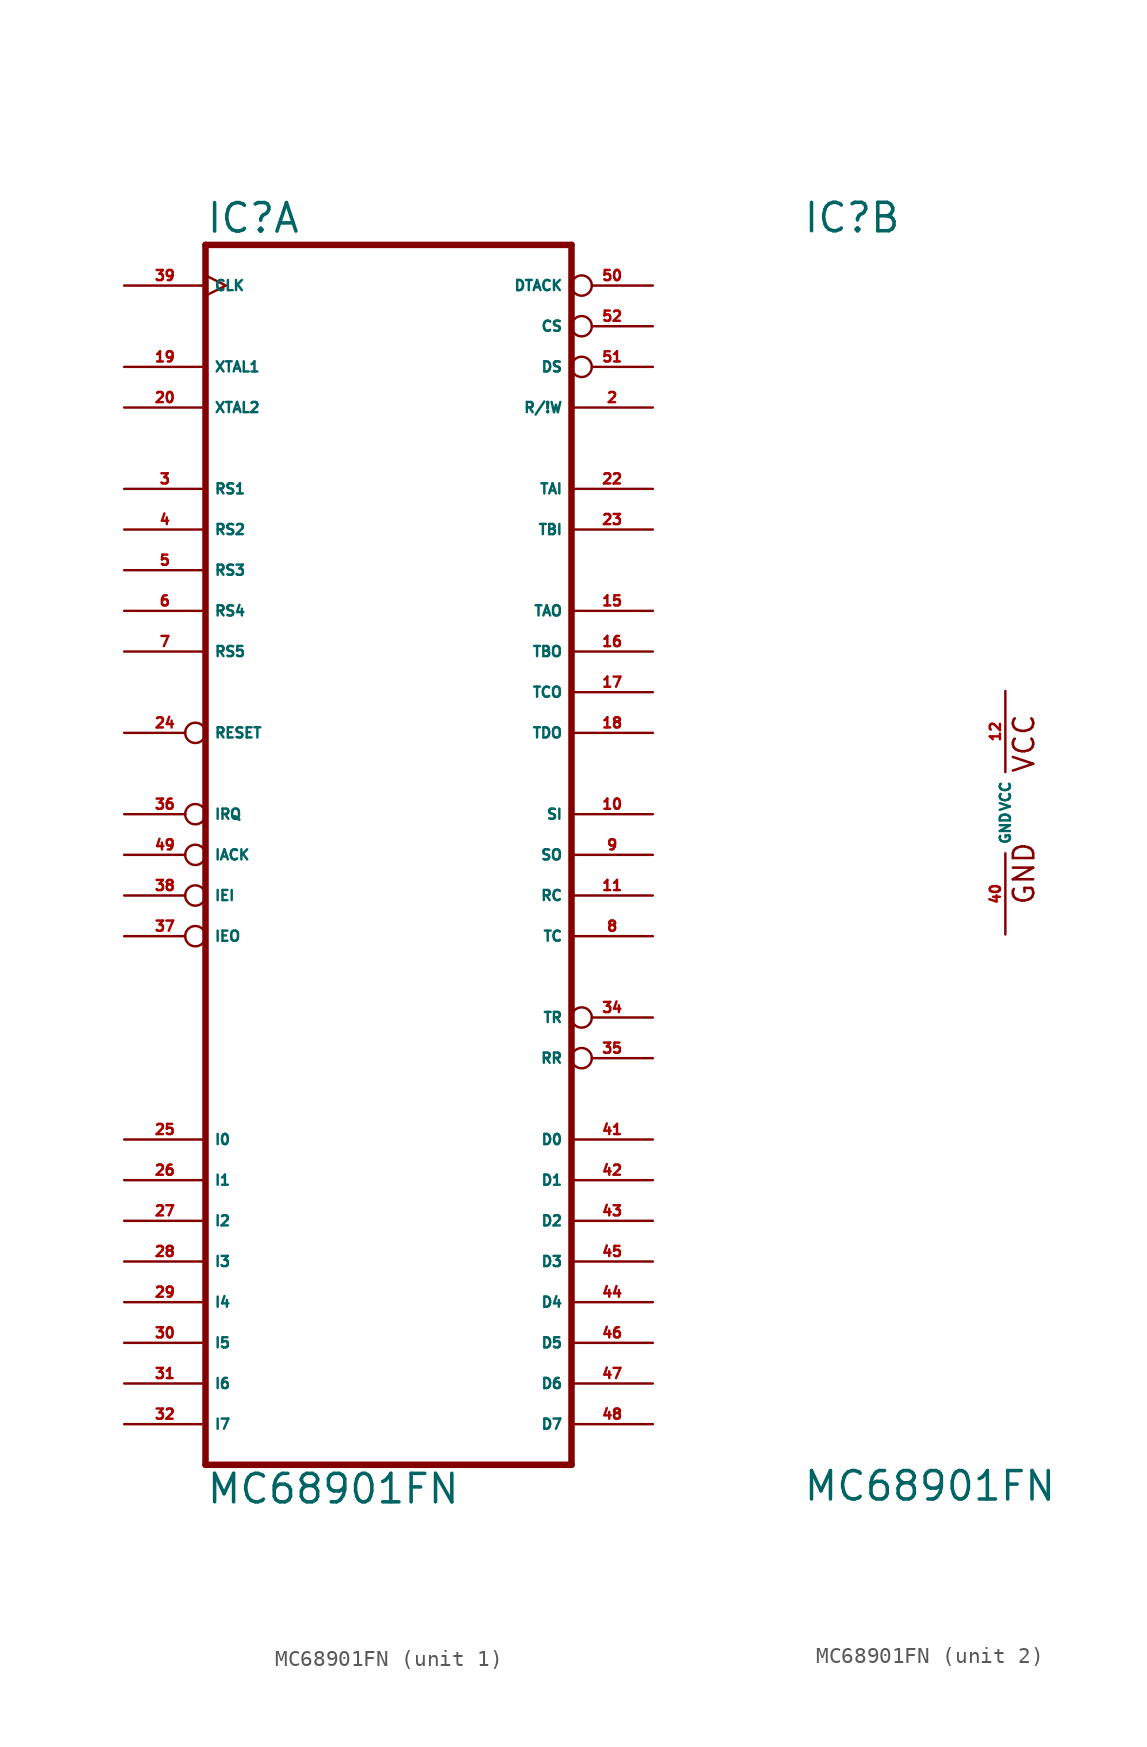
<source format=kicad_sym>
(kicad_symbol_lib
  (version 20220914)
  (generator Eagle2Kicad)
  (symbol "MC68901FN"
    (property "Reference" "IC"
      (at -12.7 36.195 0)
      (effects (font (size 1.778 1.778) (thickness 0.22)) (justify left bottom)))
    (property "Value" "MC68901FN"
      (at -12.7 -43.18 0)
      (effects (font (size 1.778 1.778) (thickness 0.22)) (justify left bottom)))
    (symbol "MC68901FN_1_0"
      (polyline (pts (xy -12.7 -40.64) (xy 10.16 -40.64)) (stroke (width 0.406) (type default)) (fill (type none)))
      (polyline (pts (xy 10.16 -40.64) (xy 10.16 35.56)) (stroke (width 0.406) (type default)) (fill (type none)))
      (polyline (pts (xy 10.16 35.56) (xy -12.7 35.56)) (stroke (width 0.406) (type default)) (fill (type none)))
      (polyline (pts (xy -12.7 -40.64) (xy -12.7 35.56)) (stroke (width 0.406) (type default)) (fill (type none)))
      (pin input inverted (at 15.24 27.94 180) (length 5.08) (name "DS" (effects (font (size 0.635 0.635) (thickness 0.08)) (justify left bottom))) (number "51" (effects (font (size 0.635 0.635) (thickness 0.08)) (justify left bottom))))
      (pin input inverted (at -17.78 -5.08 0) (length 5.08) (name "IEI" (effects (font (size 0.635 0.635) (thickness 0.08)) (justify left bottom))) (number "38" (effects (font (size 0.635 0.635) (thickness 0.08)) (justify left bottom))))
      (pin input line (at 15.24 -7.62 180) (length 5.08) (name "TC" (effects (font (size 0.635 0.635) (thickness 0.08)) (justify left bottom))) (number "8" (effects (font (size 0.635 0.635) (thickness 0.08)) (justify left bottom))))
      (pin input inverted (at -17.78 -2.54 0) (length 5.08) (name "IACK" (effects (font (size 0.635 0.635) (thickness 0.08)) (justify left bottom))) (number "49" (effects (font (size 0.635 0.635) (thickness 0.08)) (justify left bottom))))
      (pin input line (at 15.24 25.4 180) (length 5.08) (name "R/!W" (effects (font (size 0.635 0.635) (thickness 0.08)) (justify left bottom))) (number "2" (effects (font (size 0.635 0.635) (thickness 0.08)) (justify left bottom))))
      (pin input inverted (at 15.24 30.48 180) (length 5.08) (name "CS" (effects (font (size 0.635 0.635) (thickness 0.08)) (justify left bottom))) (number "52" (effects (font (size 0.635 0.635) (thickness 0.08)) (justify left bottom))))
      (pin input line (at 15.24 20.32 180) (length 5.08) (name "TAI" (effects (font (size 0.635 0.635) (thickness 0.08)) (justify left bottom))) (number "22" (effects (font (size 0.635 0.635) (thickness 0.08)) (justify left bottom))))
      (pin input line (at 15.24 17.78 180) (length 5.08) (name "TBI" (effects (font (size 0.635 0.635) (thickness 0.08)) (justify left bottom))) (number "23" (effects (font (size 0.635 0.635) (thickness 0.08)) (justify left bottom))))
      (pin input line (at 15.24 0 180) (length 5.08) (name "SI" (effects (font (size 0.635 0.635) (thickness 0.08)) (justify left bottom))) (number "10" (effects (font (size 0.635 0.635) (thickness 0.08)) (justify left bottom))))
      (pin input line (at 15.24 -5.08 180) (length 5.08) (name "RC" (effects (font (size 0.635 0.635) (thickness 0.08)) (justify left bottom))) (number "11" (effects (font (size 0.635 0.635) (thickness 0.08)) (justify left bottom))))
      (pin input clock (at -17.78 33.02 0) (length 5.08) (name "CLK" (effects (font (size 0.635 0.635) (thickness 0.08)) (justify left bottom))) (number "39" (effects (font (size 0.635 0.635) (thickness 0.08)) (justify left bottom))))
      (pin bidirectional line (at 15.24 -20.32 180) (length 5.08) (name "D0" (effects (font (size 0.635 0.635) (thickness 0.08)) (justify left bottom))) (number "41" (effects (font (size 0.635 0.635) (thickness 0.08)) (justify left bottom))))
      (pin bidirectional line (at 15.24 -22.86 180) (length 5.08) (name "D1" (effects (font (size 0.635 0.635) (thickness 0.08)) (justify left bottom))) (number "42" (effects (font (size 0.635 0.635) (thickness 0.08)) (justify left bottom))))
      (pin bidirectional line (at 15.24 -25.4 180) (length 5.08) (name "D2" (effects (font (size 0.635 0.635) (thickness 0.08)) (justify left bottom))) (number "43" (effects (font (size 0.635 0.635) (thickness 0.08)) (justify left bottom))))
      (pin bidirectional line (at 15.24 -27.94 180) (length 5.08) (name "D3" (effects (font (size 0.635 0.635) (thickness 0.08)) (justify left bottom))) (number "45" (effects (font (size 0.635 0.635) (thickness 0.08)) (justify left bottom))))
      (pin bidirectional line (at 15.24 -30.48 180) (length 5.08) (name "D4" (effects (font (size 0.635 0.635) (thickness 0.08)) (justify left bottom))) (number "44" (effects (font (size 0.635 0.635) (thickness 0.08)) (justify left bottom))))
      (pin bidirectional line (at 15.24 -33.02 180) (length 5.08) (name "D5" (effects (font (size 0.635 0.635) (thickness 0.08)) (justify left bottom))) (number "46" (effects (font (size 0.635 0.635) (thickness 0.08)) (justify left bottom))))
      (pin bidirectional line (at 15.24 -35.56 180) (length 5.08) (name "D6" (effects (font (size 0.635 0.635) (thickness 0.08)) (justify left bottom))) (number "47" (effects (font (size 0.635 0.635) (thickness 0.08)) (justify left bottom))))
      (pin bidirectional line (at 15.24 -38.1 180) (length 5.08) (name "D7" (effects (font (size 0.635 0.635) (thickness 0.08)) (justify left bottom))) (number "48" (effects (font (size 0.635 0.635) (thickness 0.08)) (justify left bottom))))
      (pin input inverted (at -17.78 5.08 0) (length 5.08) (name "RESET" (effects (font (size 0.635 0.635) (thickness 0.08)) (justify left bottom))) (number "24" (effects (font (size 0.635 0.635) (thickness 0.08)) (justify left bottom))))
      (pin output inverted (at 15.24 33.02 180) (length 5.08) (name "DTACK" (effects (font (size 0.635 0.635) (thickness 0.08)) (justify left bottom))) (number "50" (effects (font (size 0.635 0.635) (thickness 0.08)) (justify left bottom))))
      (pin input line (at -17.78 27.94 0) (length 5.08) (name "XTAL1" (effects (font (size 0.635 0.635) (thickness 0.08)) (justify left bottom))) (number "19" (effects (font (size 0.635 0.635) (thickness 0.08)) (justify left bottom))))
      (pin input line (at -17.78 25.4 0) (length 5.08) (name "XTAL2" (effects (font (size 0.635 0.635) (thickness 0.08)) (justify left bottom))) (number "20" (effects (font (size 0.635 0.635) (thickness 0.08)) (justify left bottom))))
      (pin input line (at -17.78 20.32 0) (length 5.08) (name "RS1" (effects (font (size 0.635 0.635) (thickness 0.08)) (justify left bottom))) (number "3" (effects (font (size 0.635 0.635) (thickness 0.08)) (justify left bottom))))
      (pin input line (at -17.78 17.78 0) (length 5.08) (name "RS2" (effects (font (size 0.635 0.635) (thickness 0.08)) (justify left bottom))) (number "4" (effects (font (size 0.635 0.635) (thickness 0.08)) (justify left bottom))))
      (pin input line (at -17.78 15.24 0) (length 5.08) (name "RS3" (effects (font (size 0.635 0.635) (thickness 0.08)) (justify left bottom))) (number "5" (effects (font (size 0.635 0.635) (thickness 0.08)) (justify left bottom))))
      (pin input line (at -17.78 12.7 0) (length 5.08) (name "RS4" (effects (font (size 0.635 0.635) (thickness 0.08)) (justify left bottom))) (number "6" (effects (font (size 0.635 0.635) (thickness 0.08)) (justify left bottom))))
      (pin input line (at -17.78 10.16 0) (length 5.08) (name "RS5" (effects (font (size 0.635 0.635) (thickness 0.08)) (justify left bottom))) (number "7" (effects (font (size 0.635 0.635) (thickness 0.08)) (justify left bottom))))
      (pin output inverted (at 15.24 -12.7 180) (length 5.08) (name "TR" (effects (font (size 0.635 0.635) (thickness 0.08)) (justify left bottom))) (number "34" (effects (font (size 0.635 0.635) (thickness 0.08)) (justify left bottom))))
      (pin output inverted (at 15.24 -15.24 180) (length 5.08) (name "RR" (effects (font (size 0.635 0.635) (thickness 0.08)) (justify left bottom))) (number "35" (effects (font (size 0.635 0.635) (thickness 0.08)) (justify left bottom))))
      (pin output line (at 15.24 -2.54 180) (length 5.08) (name "SO" (effects (font (size 0.635 0.635) (thickness 0.08)) (justify left bottom))) (number "9" (effects (font (size 0.635 0.635) (thickness 0.08)) (justify left bottom))))
      (pin output line (at 15.24 12.7 180) (length 5.08) (name "TAO" (effects (font (size 0.635 0.635) (thickness 0.08)) (justify left bottom))) (number "15" (effects (font (size 0.635 0.635) (thickness 0.08)) (justify left bottom))))
      (pin output line (at 15.24 10.16 180) (length 5.08) (name "TBO" (effects (font (size 0.635 0.635) (thickness 0.08)) (justify left bottom))) (number "16" (effects (font (size 0.635 0.635) (thickness 0.08)) (justify left bottom))))
      (pin output line (at 15.24 7.62 180) (length 5.08) (name "TCO" (effects (font (size 0.635 0.635) (thickness 0.08)) (justify left bottom))) (number "17" (effects (font (size 0.635 0.635) (thickness 0.08)) (justify left bottom))))
      (pin output line (at 15.24 5.08 180) (length 5.08) (name "TDO" (effects (font (size 0.635 0.635) (thickness 0.08)) (justify left bottom))) (number "18" (effects (font (size 0.635 0.635) (thickness 0.08)) (justify left bottom))))
      (pin output inverted (at -17.78 0 0) (length 5.08) (name "IRQ" (effects (font (size 0.635 0.635) (thickness 0.08)) (justify left bottom))) (number "36" (effects (font (size 0.635 0.635) (thickness 0.08)) (justify left bottom))))
      (pin output inverted (at -17.78 -7.62 0) (length 5.08) (name "IEO" (effects (font (size 0.635 0.635) (thickness 0.08)) (justify left bottom))) (number "37" (effects (font (size 0.635 0.635) (thickness 0.08)) (justify left bottom))))
      (pin bidirectional line (at -17.78 -20.32 0) (length 5.08) (name "I0" (effects (font (size 0.635 0.635) (thickness 0.08)) (justify left bottom))) (number "25" (effects (font (size 0.635 0.635) (thickness 0.08)) (justify left bottom))))
      (pin bidirectional line (at -17.78 -22.86 0) (length 5.08) (name "I1" (effects (font (size 0.635 0.635) (thickness 0.08)) (justify left bottom))) (number "26" (effects (font (size 0.635 0.635) (thickness 0.08)) (justify left bottom))))
      (pin bidirectional line (at -17.78 -25.4 0) (length 5.08) (name "I2" (effects (font (size 0.635 0.635) (thickness 0.08)) (justify left bottom))) (number "27" (effects (font (size 0.635 0.635) (thickness 0.08)) (justify left bottom))))
      (pin bidirectional line (at -17.78 -27.94 0) (length 5.08) (name "I3" (effects (font (size 0.635 0.635) (thickness 0.08)) (justify left bottom))) (number "28" (effects (font (size 0.635 0.635) (thickness 0.08)) (justify left bottom))))
      (pin bidirectional line (at -17.78 -30.48 0) (length 5.08) (name "I4" (effects (font (size 0.635 0.635) (thickness 0.08)) (justify left bottom))) (number "29" (effects (font (size 0.635 0.635) (thickness 0.08)) (justify left bottom))))
      (pin bidirectional line (at -17.78 -33.02 0) (length 5.08) (name "I5" (effects (font (size 0.635 0.635) (thickness 0.08)) (justify left bottom))) (number "30" (effects (font (size 0.635 0.635) (thickness 0.08)) (justify left bottom))))
      (pin bidirectional line (at -17.78 -35.56 0) (length 5.08) (name "I6" (effects (font (size 0.635 0.635) (thickness 0.08)) (justify left bottom))) (number "31" (effects (font (size 0.635 0.635) (thickness 0.08)) (justify left bottom))))
      (pin bidirectional line (at -17.78 -38.1 0) (length 5.08) (name "I7" (effects (font (size 0.635 0.635) (thickness 0.08)) (justify left bottom))) (number "32" (effects (font (size 0.635 0.635) (thickness 0.08)) (justify left bottom)))))
    (symbol "MC68901FN_2_0"
      (text "GND" (at 1.905 -5.842 900) (effects (font (size 1.27 1.27) (thickness 0.16)) (justify left bottom)))
      (text "VCC" (at 1.905 2.413 900) (effects (font (size 1.27 1.27) (thickness 0.16)) (justify left bottom)))
      (pin unspecified line (at 0 -7.62 90) (length 5.08) (name "GND" (effects (font (size 0.635 0.635) (thickness 0.08)) (justify left bottom))) (number "40" (effects (font (size 0.635 0.635) (thickness 0.08)) (justify left bottom))))
      (pin unspecified line (at 0 7.62 270) (length 5.08) (name "VCC" (effects (font (size 0.635 0.635) (thickness 0.08)) (justify left bottom))) (number "12" (effects (font (size 0.635 0.635) (thickness 0.08)) (justify left bottom)))))))
</source>
